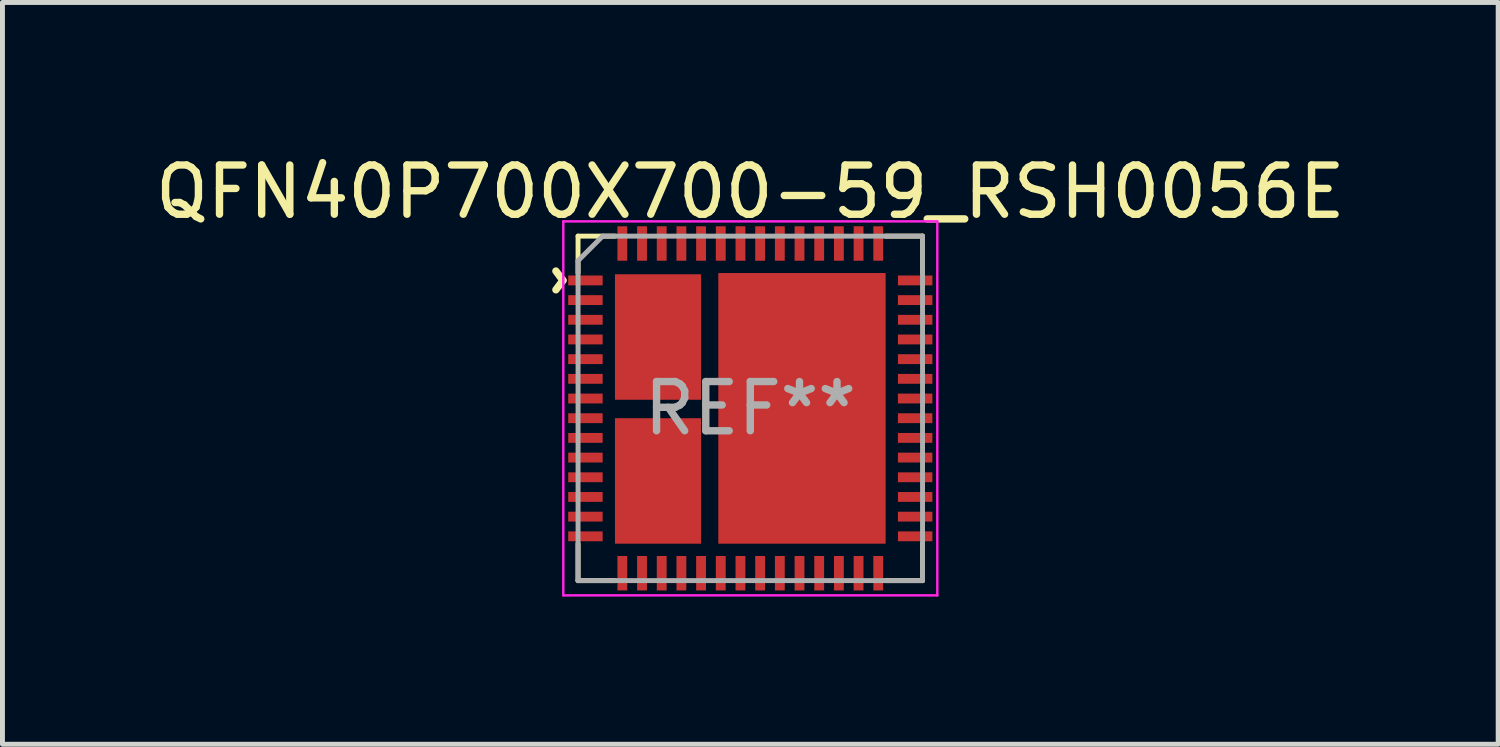
<source format=kicad_pcb>
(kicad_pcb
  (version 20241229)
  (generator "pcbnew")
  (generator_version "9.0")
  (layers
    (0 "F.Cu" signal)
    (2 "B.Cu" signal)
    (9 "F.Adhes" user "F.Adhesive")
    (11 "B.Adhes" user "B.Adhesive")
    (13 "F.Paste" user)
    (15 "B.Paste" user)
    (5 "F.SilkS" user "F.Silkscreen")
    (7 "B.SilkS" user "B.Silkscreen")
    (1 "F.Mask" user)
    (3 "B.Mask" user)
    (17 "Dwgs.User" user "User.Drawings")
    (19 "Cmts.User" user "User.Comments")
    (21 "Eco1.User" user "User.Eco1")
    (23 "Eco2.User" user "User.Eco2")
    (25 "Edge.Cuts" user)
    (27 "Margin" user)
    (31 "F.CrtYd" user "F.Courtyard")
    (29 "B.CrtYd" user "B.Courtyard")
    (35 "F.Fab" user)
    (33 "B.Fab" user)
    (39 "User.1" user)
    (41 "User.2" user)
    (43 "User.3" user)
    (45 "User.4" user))
  (footprint "QFN40P700X700-59_RSH0056E"
    (layer "F.Cu")
    (at 12.196 5.248)
    (property "Reference" "QFN40P700X700-59_RSH0056E" (at 0 -4.4 0) (unlocked yes) (layer "F.SilkS") (effects (font (size 1 1) (thickness 0.15))))
    (attr through_hole)
    (fp_line (start -3.5 -3.5) (end -3.5 -2.75) (stroke (width 0.1) (type solid)) (layer "F.SilkS"))
    (fp_line (start -3.5 -3.5) (end -2.75 -3.5) (stroke (width 0.1) (type solid)) (layer "F.SilkS"))
    (fp_line (start -3.5 3.5) (end -3.5 2.75) (stroke (width 0.1) (type solid)) (layer "F.SilkS"))
    (fp_line (start -3.5 3.5) (end -2.75 3.5) (stroke (width 0.1) (type solid)) (layer "F.SilkS"))
    (fp_line (start 3.5 -3.5) (end 2.75 -3.5) (stroke (width 0.1) (type solid)) (layer "F.SilkS"))
    (fp_line (start 3.5 -3.5) (end 3.5 -2.75) (stroke (width 0.1) (type solid)) (layer "F.SilkS"))
    (fp_line (start 3.5 3.5) (end 2.75 3.5) (stroke (width 0.1) (type solid)) (layer "F.SilkS"))
    (fp_line (start 3.5 3.5) (end 3.5 2.75) (stroke (width 0.1) (type solid)) (layer "F.SilkS"))
    (fp_poly (pts (xy -1.2 -1.6) (xy -2.6 -1.6) (xy -2.6 -2.6) (xy -1.2 -2.6)) (stroke (width 0.1) (type solid)) (fill yes) (layer "F.Paste"))
    (fp_poly (pts (xy -1.2 -0.3) (xy -2.6 -0.3) (xy -2.6 -1.2) (xy -1.2 -1.2)) (stroke (width 0.1) (type solid)) (fill yes) (layer "F.Paste"))
    (fp_poly (pts (xy -1.2 1.2) (xy -2.6 1.2) (xy -2.6 0.3) (xy -1.2 0.3)) (stroke (width 0.1) (type solid)) (fill yes) (layer "F.Paste"))
    (fp_poly (pts (xy -1.2 2.6) (xy -2.6 2.6) (xy -2.6 1.6) (xy -1.2 1.6)) (stroke (width 0.1) (type solid)) (fill yes) (layer "F.Paste"))
    (fp_poly (pts (xy 0.9 -1.6) (xy -0.5 -1.6) (xy -0.5 -2.6) (xy 0.9 -2.6)) (stroke (width 0.1) (type solid)) (fill yes) (layer "F.Paste"))
    (fp_poly (pts (xy 0.9 -0.2) (xy -0.5 -0.2) (xy -0.5 -1.2) (xy 0.9 -1.2)) (stroke (width 0.1) (type solid)) (fill yes) (layer "F.Paste"))
    (fp_poly (pts (xy 0.9 1.2) (xy -0.5 1.2) (xy -0.5 0.2) (xy 0.9 0.2)) (stroke (width 0.1) (type solid)) (fill yes) (layer "F.Paste"))
    (fp_poly (pts (xy 0.9 2.6) (xy -0.5 2.6) (xy -0.5 1.6) (xy 0.9 1.6)) (stroke (width 0.1) (type solid)) (fill yes) (layer "F.Paste"))
    (fp_poly (pts (xy 2.6 -1.6) (xy 1.2 -1.6) (xy 1.2 -2.6) (xy 2.6 -2.6)) (stroke (width 0.1) (type solid)) (fill yes) (layer "F.Paste"))
    (fp_poly (pts (xy 2.6 -0.2) (xy 1.2 -0.2) (xy 1.2 -1.2) (xy 2.6 -1.2)) (stroke (width 0.1) (type solid)) (fill yes) (layer "F.Paste"))
    (fp_poly (pts (xy 2.6 1.2) (xy 1.2 1.2) (xy 1.2 0.2) (xy 2.6 0.2)) (stroke (width 0.1) (type solid)) (fill yes) (layer "F.Paste"))
    (fp_poly (pts (xy 2.6 2.6) (xy 1.2 2.6) (xy 1.2 1.6) (xy 2.6 1.6)) (stroke (width 0.1) (type solid)) (fill yes) (layer "F.Paste"))
    (fp_line (start -3.8 -3.8) (end -3.8 3.8) (stroke (width 0.05) (type solid)) (layer "F.CrtYd"))
    (fp_line (start -3.8 -3.8) (end 3.8 -3.8) (stroke (width 0.05) (type solid)) (layer "F.CrtYd"))
    (fp_line (start 3.8 -3.8) (end 3.8 3.8) (stroke (width 0.05) (type solid)) (layer "F.CrtYd"))
    (fp_line (start 3.8 3.8) (end -3.8 3.8) (stroke (width 0.05) (type solid)) (layer "F.CrtYd"))
    (fp_line (start -3.5 -3) (end -3.5 3.5) (stroke (width 0.1) (type solid)) (layer "F.Fab"))
    (fp_line (start -3.5 3.5) (end 3.5 3.5) (stroke (width 0.1) (type solid)) (layer "F.Fab"))
    (fp_line (start -3 -3.5) (end -3.5 -3) (stroke (width 0.1) (type solid)) (layer "F.Fab"))
    (fp_line (start 3.5 -3.5) (end -3 -3.5) (stroke (width 0.1) (type solid)) (layer "F.Fab"))
    (fp_line (start 3.5 3.5) (end 3.5 -3.5) (stroke (width 0.1) (type solid)) (layer "F.Fab"))
    (fp_text user "^" (at -4.4 -2.6 270) (unlocked yes) (layer "F.SilkS") (effects (font (size 1 1) (thickness 0.15))))
    (fp_text user "REF**" (at 0 0 0) (unlocked yes) (layer "F.Fab") (effects (font (size 1 1) (thickness 0.15))))
    (pad "1" smd rect (at -3.35 -2.6) (size 0.7 0.2) (layers "F.Cu" "F.Mask" "F.Paste"))
    (pad "2" smd rect (at -3.35 -2.2) (size 0.7 0.2) (layers "F.Cu" "F.Mask" "F.Paste"))
    (pad "3" smd rect (at -3.35 -1.8) (size 0.7 0.2) (layers "F.Cu" "F.Mask" "F.Paste"))
    (pad "4" smd rect (at -3.35 -1.4) (size 0.7 0.2) (layers "F.Cu" "F.Mask" "F.Paste"))
    (pad "5" smd rect (at -3.35 -1) (size 0.7 0.2) (layers "F.Cu" "F.Mask" "F.Paste"))
    (pad "6" smd rect (at -3.35 -0.6) (size 0.7 0.2) (layers "F.Cu" "F.Mask" "F.Paste"))
    (pad "7" smd rect (at -3.35 -0.2) (size 0.7 0.2) (layers "F.Cu" "F.Mask" "F.Paste"))
    (pad "8" smd rect (at -3.35 0.2) (size 0.7 0.2) (layers "F.Cu" "F.Mask" "F.Paste"))
    (pad "9" smd rect (at -3.35 0.6) (size 0.7 0.2) (layers "F.Cu" "F.Mask" "F.Paste"))
    (pad "10" smd rect (at -3.35 1) (size 0.7 0.2) (layers "F.Cu" "F.Mask" "F.Paste"))
    (pad "11" smd rect (at -3.35 1.4) (size 0.7 0.2) (layers "F.Cu" "F.Mask" "F.Paste"))
    (pad "12" smd rect (at -3.35 1.8) (size 0.7 0.2) (layers "F.Cu" "F.Mask" "F.Paste"))
    (pad "13" smd rect (at -3.35 2.2) (size 0.7 0.2) (layers "F.Cu" "F.Mask" "F.Paste"))
    (pad "14" smd rect (at -3.35 2.6) (size 0.7 0.2) (layers "F.Cu" "F.Mask" "F.Paste"))
    (pad "15" smd rect (at -2.6 3.35 90) (size 0.7 0.2) (layers "F.Cu" "F.Mask" "F.Paste"))
    (pad "16" smd rect (at -2.2 3.35 90) (size 0.7 0.2) (layers "F.Cu" "F.Mask" "F.Paste"))
    (pad "17" smd rect (at -1.8 3.35 90) (size 0.7 0.2) (layers "F.Cu" "F.Mask" "F.Paste"))
    (pad "18" smd rect (at -1.4 3.35 90) (size 0.7 0.2) (layers "F.Cu" "F.Mask" "F.Paste"))
    (pad "19" smd rect (at -1 3.35 90) (size 0.7 0.2) (layers "F.Cu" "F.Mask" "F.Paste"))
    (pad "20" smd rect (at -0.6 3.35 90) (size 0.7 0.2) (layers "F.Cu" "F.Mask" "F.Paste"))
    (pad "21" smd rect (at -0.2 3.35 90) (size 0.7 0.2) (layers "F.Cu" "F.Mask" "F.Paste"))
    (pad "22" smd rect (at 0.2 3.35 90) (size 0.7 0.2) (layers "F.Cu" "F.Mask" "F.Paste"))
    (pad "23" smd rect (at 0.6 3.35 90) (size 0.7 0.2) (layers "F.Cu" "F.Mask" "F.Paste"))
    (pad "24" smd rect (at 1 3.35 90) (size 0.7 0.2) (layers "F.Cu" "F.Mask" "F.Paste"))
    (pad "25" smd rect (at 1.4 3.35 90) (size 0.7 0.2) (layers "F.Cu" "F.Mask" "F.Paste"))
    (pad "26" smd rect (at 1.8 3.35 90) (size 0.7 0.2) (layers "F.Cu" "F.Mask" "F.Paste"))
    (pad "27" smd rect (at 2.2 3.35 90) (size 0.7 0.2) (layers "F.Cu" "F.Mask" "F.Paste"))
    (pad "28" smd rect (at 2.6 3.35 90) (size 0.7 0.2) (layers "F.Cu" "F.Mask" "F.Paste"))
    (pad "29" smd rect (at 3.35 2.6 180) (size 0.7 0.2) (layers "F.Cu" "F.Mask" "F.Paste"))
    (pad "30" smd rect (at 3.35 2.2 180) (size 0.7 0.2) (layers "F.Cu" "F.Mask" "F.Paste"))
    (pad "31" smd rect (at 3.35 1.8 180) (size 0.7 0.2) (layers "F.Cu" "F.Mask" "F.Paste"))
    (pad "32" smd rect (at 3.35 1.4 180) (size 0.7 0.2) (layers "F.Cu" "F.Mask" "F.Paste"))
    (pad "33" smd rect (at 3.35 1 180) (size 0.7 0.2) (layers "F.Cu" "F.Mask" "F.Paste"))
    (pad "34" smd rect (at 3.35 0.6 180) (size 0.7 0.2) (layers "F.Cu" "F.Mask" "F.Paste"))
    (pad "35" smd rect (at 3.35 0.2 180) (size 0.7 0.2) (layers "F.Cu" "F.Mask" "F.Paste"))
    (pad "36" smd rect (at 3.35 -0.2 180) (size 0.7 0.2) (layers "F.Cu" "F.Mask" "F.Paste"))
    (pad "37" smd rect (at 3.35 -0.6 180) (size 0.7 0.2) (layers "F.Cu" "F.Mask" "F.Paste"))
    (pad "38" smd rect (at 3.35 -1 180) (size 0.7 0.2) (layers "F.Cu" "F.Mask" "F.Paste"))
    (pad "39" smd rect (at 3.35 -1.4 180) (size 0.7 0.2) (layers "F.Cu" "F.Mask" "F.Paste"))
    (pad "40" smd rect (at 3.35 -1.8 180) (size 0.7 0.2) (layers "F.Cu" "F.Mask" "F.Paste"))
    (pad "41" smd rect (at 3.35 -2.2 180) (size 0.7 0.2) (layers "F.Cu" "F.Mask" "F.Paste"))
    (pad "42" smd rect (at 3.35 -2.6 180) (size 0.7 0.2) (layers "F.Cu" "F.Mask" "F.Paste"))
    (pad "43" smd rect (at 2.6 -3.35 270) (size 0.7 0.2) (layers "F.Cu" "F.Mask" "F.Paste"))
    (pad "44" smd rect (at 2.2 -3.35 270) (size 0.7 0.2) (layers "F.Cu" "F.Mask" "F.Paste"))
    (pad "45" smd rect (at 1.8 -3.35 270) (size 0.7 0.2) (layers "F.Cu" "F.Mask" "F.Paste"))
    (pad "46" smd rect (at 1.4 -3.35 270) (size 0.7 0.2) (layers "F.Cu" "F.Mask" "F.Paste"))
    (pad "47" smd rect (at 1 -3.35 270) (size 0.7 0.2) (layers "F.Cu" "F.Mask" "F.Paste"))
    (pad "48" smd rect (at 0.6 -3.35 270) (size 0.7 0.2) (layers "F.Cu" "F.Mask" "F.Paste"))
    (pad "49" smd rect (at 0.2 -3.35 270) (size 0.7 0.2) (layers "F.Cu" "F.Mask" "F.Paste"))
    (pad "50" smd rect (at -0.2 -3.35 270) (size 0.7 0.2) (layers "F.Cu" "F.Mask" "F.Paste"))
    (pad "51" smd rect (at -0.6 -3.35 270) (size 0.7 0.2) (layers "F.Cu" "F.Mask" "F.Paste"))
    (pad "52" smd rect (at -1 -3.35 270) (size 0.7 0.2) (layers "F.Cu" "F.Mask" "F.Paste"))
    (pad "53" smd rect (at -1.4 -3.35 270) (size 0.7 0.2) (layers "F.Cu" "F.Mask" "F.Paste"))
    (pad "54" smd rect (at -1.8 -3.35 270) (size 0.7 0.2) (layers "F.Cu" "F.Mask" "F.Paste"))
    (pad "55" smd rect (at -2.2 -3.35 270) (size 0.7 0.2) (layers "F.Cu" "F.Mask" "F.Paste"))
    (pad "56" smd rect (at -2.6 -3.35 270) (size 0.7 0.2) (layers "F.Cu" "F.Mask" "F.Paste"))
    (pad "57" smd rect (at -1.875 -1.45 270) (size 2.55 1.75) (layers "F.Cu" "F.Mask"))
    (pad "58" smd rect (at -1.875 1.475 270) (size 2.55 1.75) (layers "F.Cu" "F.Mask"))
    (pad "59" smd rect (at 1.05 0) (size 3.4 5.5) (layers "F.Cu" "F.Mask")))
  (gr_rect
    (start -3 -3)
    (end 27.393 12.073)
    (stroke (width 0.1) (type default))
    (fill no)
    (layer "Edge.Cuts")))
</source>
